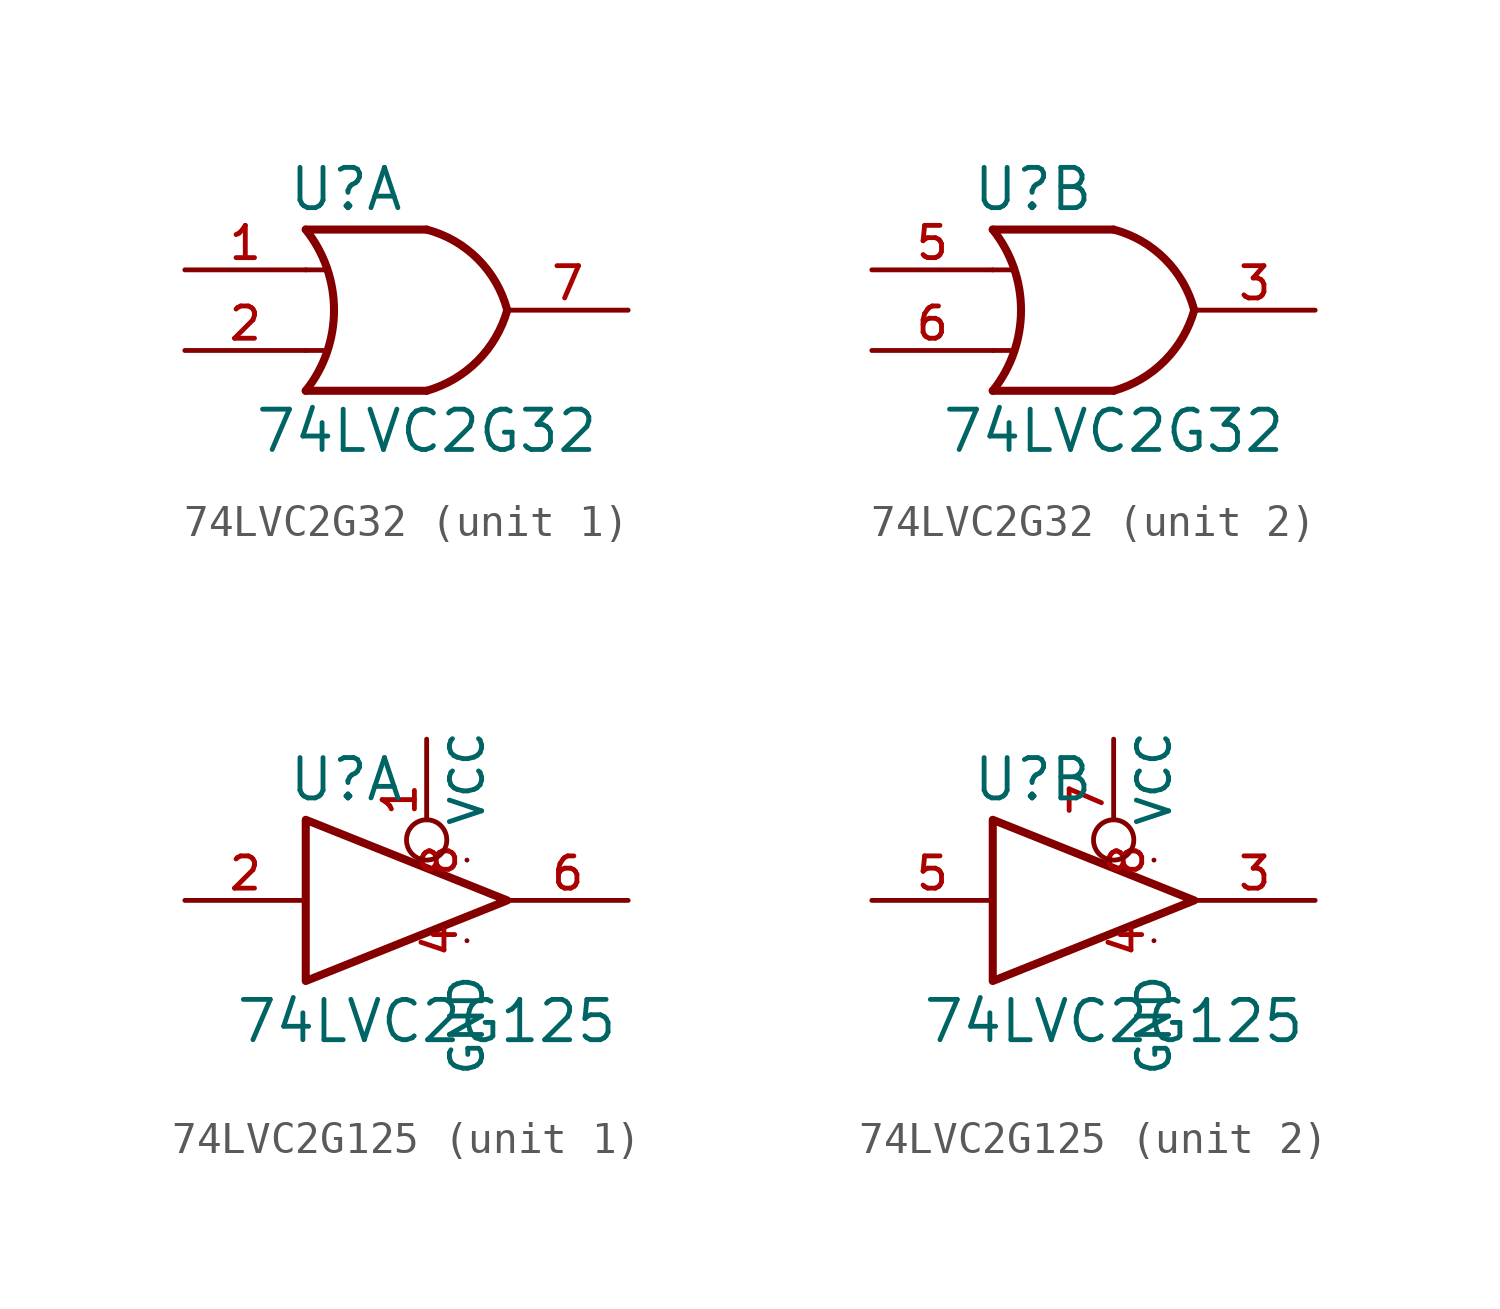
<source format=kicad_sym>
(kicad_symbol_lib
  (version 20211014)
  (generator kicad_symbol_editor)
  (symbol "74LVC2G32"
    (pin_names
      (offset 1.016))
    (property "Reference" "U"
      (at -2.54 3.81 0)
      (effects (font (size 1.27 1.27))))
    (property "Value" "74LVC2G32"
      (at 0 -3.81 0)
      (effects (font (size 1.27 1.27))))
    (symbol "74LVC2G32_0_1"
      (arc (start -3.81 -2.54) (mid -2.919 0) (end -3.81 2.54) (stroke (width 0.254) (type default) (color 0 0 0 0)) (fill (type none)))
      (arc (start 0 -2.54) (mid 1.5993 -1.6027) (end 2.54 0) (stroke (width 0.254) (type default) (color 0 0 0 0)) (fill (type none)))
      (polyline (pts (xy -3.81 -1.27) (xy -3.175 -1.27)) (stroke (width 0) (type default) (color 0 0 0 0)) (fill (type none)))
      (polyline (pts (xy -3.81 1.27) (xy -3.175 1.27)) (stroke (width 0) (type default) (color 0 0 0 0)) (fill (type none)))
      (polyline (pts (xy 0 -2.54) (xy -3.81 -2.54)) (stroke (width 0.254) (type default) (color 0 0 0 0)) (fill (type background)))
      (polyline (pts (xy 0 2.54) (xy -3.81 2.54)) (stroke (width 0.254) (type default) (color 0 0 0 0)) (fill (type background)))
      (arc (start 2.54 0) (mid 1.6119 1.6152) (end 0 2.54) (stroke (width 0.254) (type default) (color 0 0 0 0)) (fill (type none)))
      (pin power_in line (at 0 -2.54 270) (length 0) (name "GND" (effects (font (size 0 0)))) (number "4" (effects (font (size 0 0)))))
      (pin power_in line (at 0 2.54 90) (length 0) (name "VCC" (effects (font (size 0 0)))) (number "8" (effects (font (size 0 0))))))
    (symbol "74LVC2G32_1_1"
      (pin input line (at -7.62 1.27 0) (length 3.81) (name "~" (effects (font (size 1.016 1.016)))) (number "1" (effects (font (size 1.016 1.016)))))
      (pin input line (at -7.62 -1.27 0) (length 3.81) (name "~" (effects (font (size 1.016 1.016)))) (number "2" (effects (font (size 1.016 1.016)))))
      (pin output line (at 6.35 0 180) (length 3.81) (name "~" (effects (font (size 1.016 1.016)))) (number "7" (effects (font (size 1.016 1.016))))))
    (symbol "74LVC2G32_2_1"
      (pin output line (at 6.35 0 180) (length 3.81) (name "~" (effects (font (size 1.016 1.016)))) (number "3" (effects (font (size 1.016 1.016)))))
      (pin input line (at -7.62 1.27 0) (length 3.81) (name "~" (effects (font (size 1.016 1.016)))) (number "5" (effects (font (size 1.016 1.016)))))
      (pin input line (at -7.62 -1.27 0) (length 3.81) (name "~" (effects (font (size 1.016 1.016)))) (number "6" (effects (font (size 1.016 1.016)))))))
  (symbol "74LVC2G125"
    (pin_names
      (offset 1.016))
    (property "Reference" "U"
      (at -2.54 3.81 0)
      (effects (font (size 1.27 1.27))))
    (property "Value" "74LVC2G125"
      (at 0 -3.81 0)
      (effects (font (size 1.27 1.27))))
    (symbol "74LVC2G125_0_1"
      (polyline (pts (xy -3.81 2.54) (xy -3.81 -2.54) (xy 2.54 0) (xy -3.81 2.54)) (stroke (width 0.254) (type default) (color 0 0 0 0)) (fill (type none)))
      (pin power_in line (at 1.27 -1.27 270) (length 0) (name "GND" (effects (font (size 1.016 1.016)))) (number "4" (effects (font (size 1.016 1.016)))))
      (pin power_in line (at 1.27 1.27 90) (length 0) (name "VCC" (effects (font (size 1.016 1.016)))) (number "8" (effects (font (size 1.016 1.016))))))
    (symbol "74LVC2G125_1_1"
      (pin input inverted (at 0 5.08 270) (length 3.81) (name "~" (effects (font (size 1.016 1.016)))) (number "1" (effects (font (size 1.016 1.016)))))
      (pin input line (at -7.62 0 0) (length 3.81) (name "~" (effects (font (size 1.016 1.016)))) (number "2" (effects (font (size 1.016 1.016)))))
      (pin tri_state line (at 6.35 0 180) (length 3.81) (name "~" (effects (font (size 1.016 1.016)))) (number "6" (effects (font (size 1.016 1.016))))))
    (symbol "74LVC2G125_2_1"
      (pin tri_state line (at 6.35 0 180) (length 3.81) (name "~" (effects (font (size 1.016 1.016)))) (number "3" (effects (font (size 1.016 1.016)))))
      (pin input line (at -7.62 0 0) (length 3.81) (name "~" (effects (font (size 1.016 1.016)))) (number "5" (effects (font (size 1.016 1.016)))))
      (pin input inverted (at 0 5.08 270) (length 3.81) (name "~" (effects (font (size 1.016 1.016)))) (number "7" (effects (font (size 1.016 1.016))))))))
</source>
